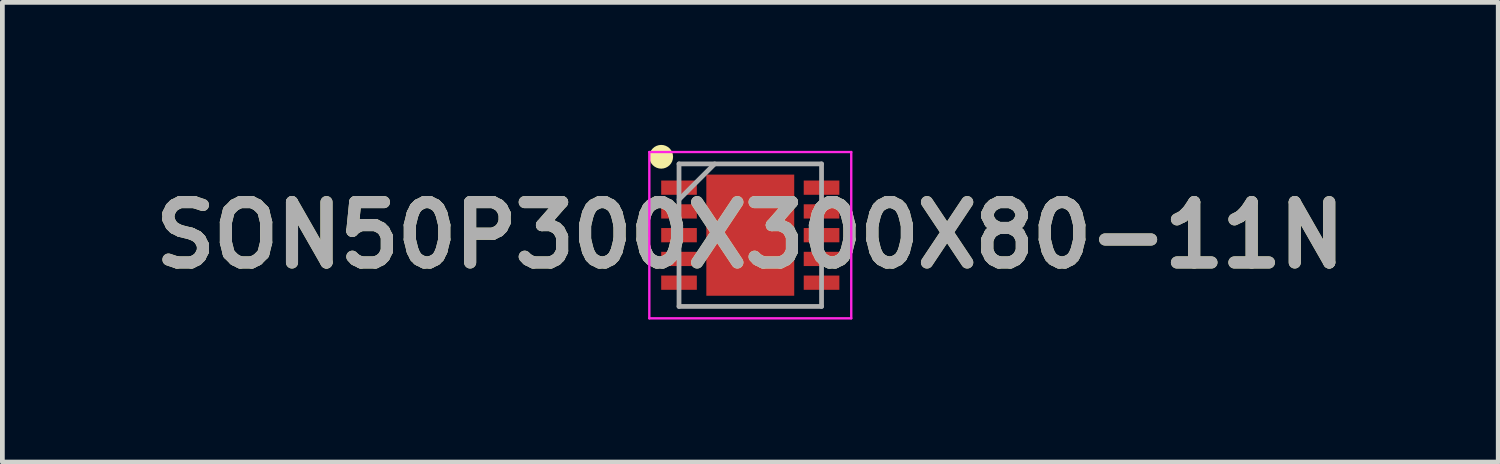
<source format=kicad_pcb>
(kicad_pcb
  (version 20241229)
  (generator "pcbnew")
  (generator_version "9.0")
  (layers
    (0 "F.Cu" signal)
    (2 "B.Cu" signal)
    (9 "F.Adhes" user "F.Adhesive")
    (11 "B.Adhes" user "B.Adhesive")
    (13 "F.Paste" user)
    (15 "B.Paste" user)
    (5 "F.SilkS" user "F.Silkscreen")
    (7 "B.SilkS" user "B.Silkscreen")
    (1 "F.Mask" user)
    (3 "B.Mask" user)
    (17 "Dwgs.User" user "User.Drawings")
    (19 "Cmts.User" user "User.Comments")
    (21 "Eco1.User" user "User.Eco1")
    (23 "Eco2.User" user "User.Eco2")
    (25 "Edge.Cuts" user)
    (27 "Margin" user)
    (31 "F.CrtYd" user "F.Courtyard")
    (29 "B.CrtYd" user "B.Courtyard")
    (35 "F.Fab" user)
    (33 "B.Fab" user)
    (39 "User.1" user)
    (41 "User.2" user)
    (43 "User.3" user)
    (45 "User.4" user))
  (footprint "SON50P300X300X80-11N"
    (layer "F.Cu")
    (at 12.742 1.9)
    (property "Reference" "SON50P300X300X80-11N" (at 0 0 0) (layer "F.SilkS") (effects (font (size 1.27 1.27) (thickness 0.254))))
    (attr smd)
    (fp_circle (center -1.875 -1.65) (end -1.875 -1.525) (stroke (width 0.25) (type solid)) (fill no) (layer "F.SilkS"))
    (fp_line (start -2.125 -1.75) (end 2.125 -1.75) (stroke (width 0.05) (type solid)) (layer "F.CrtYd"))
    (fp_line (start -2.125 1.75) (end -2.125 -1.75) (stroke (width 0.05) (type solid)) (layer "F.CrtYd"))
    (fp_line (start 2.125 -1.75) (end 2.125 1.75) (stroke (width 0.05) (type solid)) (layer "F.CrtYd"))
    (fp_line (start 2.125 1.75) (end -2.125 1.75) (stroke (width 0.05) (type solid)) (layer "F.CrtYd"))
    (fp_line (start -1.5 -1.5) (end 1.5 -1.5) (stroke (width 0.1) (type solid)) (layer "F.Fab"))
    (fp_line (start -1.5 -0.75) (end -0.75 -1.5) (stroke (width 0.1) (type solid)) (layer "F.Fab"))
    (fp_line (start -1.5 1.5) (end -1.5 -1.5) (stroke (width 0.1) (type solid)) (layer "F.Fab"))
    (fp_line (start 1.5 -1.5) (end 1.5 1.5) (stroke (width 0.1) (type solid)) (layer "F.Fab"))
    (fp_line (start 1.5 1.5) (end -1.5 1.5) (stroke (width 0.1) (type solid)) (layer "F.Fab"))
    (fp_text user "${REFERENCE}" (at 0 0 0) (layer "F.Fab") (effects (font (size 1.27 1.27) (thickness 0.254))))
    (pad "1" smd rect (at -1.5 -1 90) (size 0.3 0.75) (layers "F.Cu" "F.Mask" "F.Paste"))
    (pad "2" smd rect (at -1.5 -0.5 90) (size 0.3 0.75) (layers "F.Cu" "F.Mask" "F.Paste"))
    (pad "3" smd rect (at -1.5 0 90) (size 0.3 0.75) (layers "F.Cu" "F.Mask" "F.Paste"))
    (pad "4" smd rect (at -1.5 0.5 90) (size 0.3 0.75) (layers "F.Cu" "F.Mask" "F.Paste"))
    (pad "5" smd rect (at -1.5 1 90) (size 0.3 0.75) (layers "F.Cu" "F.Mask" "F.Paste"))
    (pad "6" smd rect (at 1.5 1 90) (size 0.3 0.75) (layers "F.Cu" "F.Mask" "F.Paste"))
    (pad "7" smd rect (at 1.5 0.5 90) (size 0.3 0.75) (layers "F.Cu" "F.Mask" "F.Paste"))
    (pad "8" smd rect (at 1.5 0 90) (size 0.3 0.75) (layers "F.Cu" "F.Mask" "F.Paste"))
    (pad "9" smd rect (at 1.5 -0.5 90) (size 0.3 0.75) (layers "F.Cu" "F.Mask" "F.Paste"))
    (pad "10" smd rect (at 1.5 -1 90) (size 0.3 0.75) (layers "F.Cu" "F.Mask" "F.Paste"))
    (pad "11" smd rect (at 0 0) (size 1.85 2.55) (layers "F.Cu" "F.Mask" "F.Paste")))
  (gr_rect
    (start -3 -3)
    (end 28.485 6.675)
    (stroke (width 0.1) (type default))
    (fill no)
    (layer "Edge.Cuts")))
</source>
